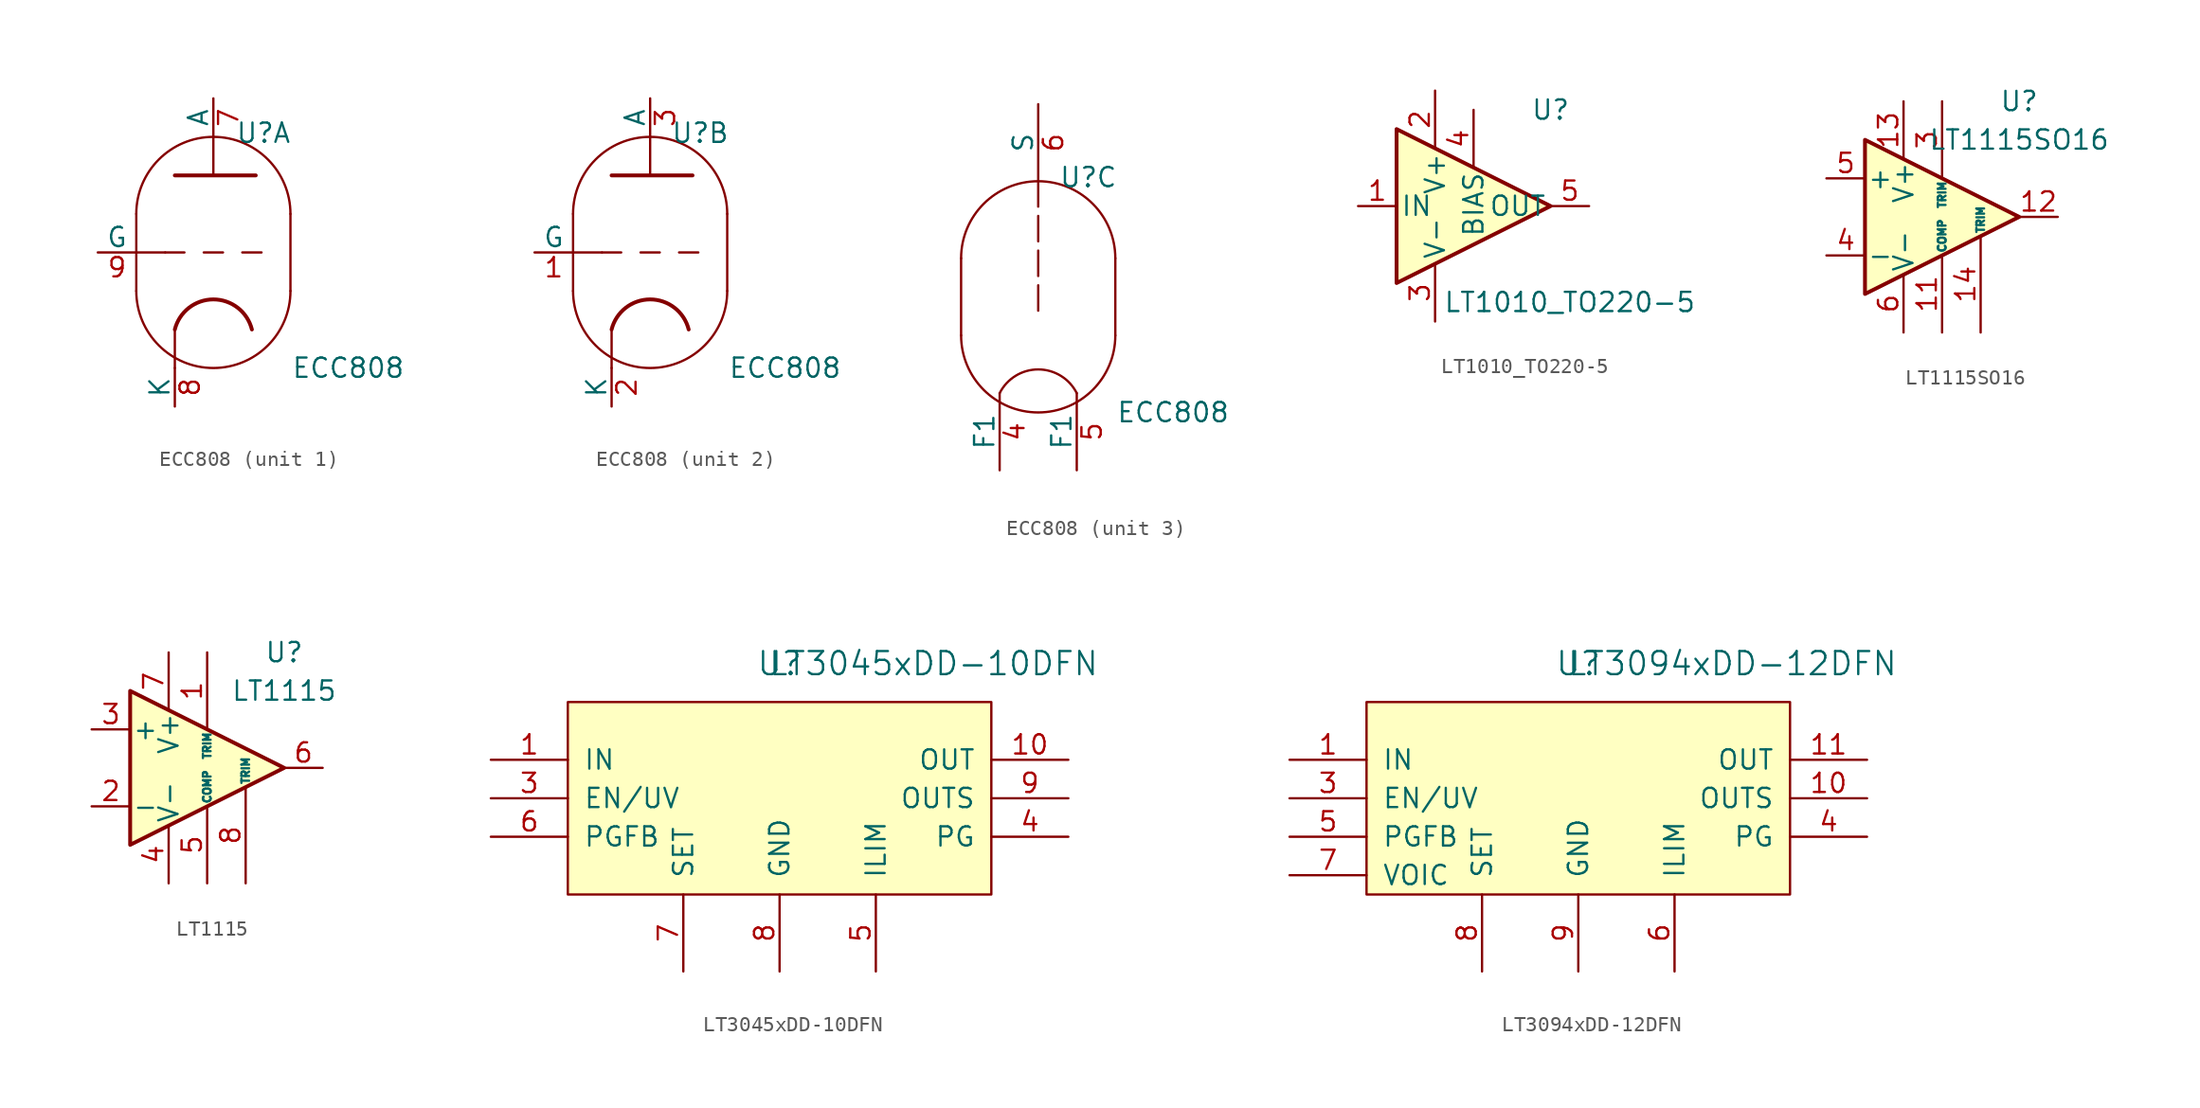
<source format=kicad_sym>
(kicad_symbol_lib
  (version 20231120)
  (generator "kicad_symbol_editor")
  (generator_version "8.0")
  (symbol "ECC808"
    (pin_names
      (offset 0))
    (property "Reference" "U"
      (at 3.302 7.874 0)
      (effects (font (size 1.27 1.27))))
    (property "Value" "ECC808"
      (at 8.89 -7.62 0)
      (effects (font (size 1.27 1.27))))
    (property "ki_locked" ""
      (at 0 0 0)
      (effects (font (size 1.27 1.27))))
    (symbol "ECC808_0_1"
      (arc (start -5.08 -2.54) (mid 0 -7.5979) (end 5.08 -2.54) (stroke (width 0) (type default)) (fill (type none)))
      (polyline (pts (xy 5.08 2.54) (xy 5.08 -2.54)) (stroke (width 0) (type default)) (fill (type none)))
      (polyline (pts (xy -5.08 2.54) (xy -5.08 -2.54) (xy -5.08 -2.54)) (stroke (width 0) (type default)) (fill (type none)))
      (arc (start 5.08 2.54) (mid 0 7.5979) (end -5.08 2.54) (stroke (width 0) (type default)) (fill (type none))))
    (symbol "ECC808_1_0"
      (polyline (pts (xy -2.54 -5.08) (xy -2.54 -7.62)) (stroke (width 0) (type default)) (fill (type none)))
      (polyline (pts (xy 0 5.08) (xy 0 7.62)) (stroke (width 0) (type default)) (fill (type none))))
    (symbol "ECC808_1_1"
      (polyline (pts (xy -5.08 0) (xy -3.175 0)) (stroke (width 0) (type default)) (fill (type none)))
      (polyline (pts (xy -1.905 0) (xy -3.175 0)) (stroke (width 0.152) (type default)) (fill (type none)))
      (polyline (pts (xy -0.635 0) (xy 0.635 0)) (stroke (width 0.152) (type default)) (fill (type none)))
      (polyline (pts (xy 1.905 0) (xy 3.175 0)) (stroke (width 0.152) (type default)) (fill (type none)))
      (polyline (pts (xy -2.54 5.08) (xy 2.794 5.08) (xy 2.794 5.08)) (stroke (width 0.254) (type default)) (fill (type none)))
      (arc (start 2.54 -5.08) (mid 0 -3.0968) (end -2.54 -5.08) (stroke (width 0.254) (type default)) (fill (type none)))
      (pin output line (at 0 10.16 270) (length 2.54) (name "A" (effects (font (size 1.27 1.27)))) (number "7" (effects (font (size 1.27 1.27)))))
      (pin bidirectional line (at -2.54 -10.16 90) (length 2.54) (name "K" (effects (font (size 1.27 1.27)))) (number "8" (effects (font (size 1.27 1.27)))))
      (pin input line (at -7.62 0 0) (length 2.54) (name "G" (effects (font (size 1.27 1.27)))) (number "9" (effects (font (size 1.27 1.27))))))
    (symbol "ECC808_2_0"
      (polyline (pts (xy -2.54 -5.08) (xy -2.54 -7.62)) (stroke (width 0) (type default)) (fill (type none)))
      (polyline (pts (xy 0 5.08) (xy 0 7.62)) (stroke (width 0) (type default)) (fill (type none))))
    (symbol "ECC808_2_1"
      (polyline (pts (xy -5.08 0) (xy -3.175 0)) (stroke (width 0) (type default)) (fill (type none)))
      (polyline (pts (xy -1.905 0) (xy -3.175 0)) (stroke (width 0.152) (type default)) (fill (type none)))
      (polyline (pts (xy -0.635 0) (xy 0.635 0)) (stroke (width 0.152) (type default)) (fill (type none)))
      (polyline (pts (xy 1.905 0) (xy 3.175 0)) (stroke (width 0.152) (type default)) (fill (type none)))
      (polyline (pts (xy -2.54 5.08) (xy 2.794 5.08) (xy 2.794 5.08)) (stroke (width 0.254) (type default)) (fill (type none)))
      (arc (start 2.54 -5.08) (mid 0 -3.0968) (end -2.54 -5.08) (stroke (width 0.254) (type default)) (fill (type none)))
      (pin input line (at -7.62 0 0) (length 2.54) (name "G" (effects (font (size 1.27 1.27)))) (number "1" (effects (font (size 1.27 1.27)))))
      (pin bidirectional line (at -2.54 -10.16 90) (length 2.54) (name "K" (effects (font (size 1.27 1.27)))) (number "2" (effects (font (size 1.27 1.27)))))
      (pin output line (at 0 10.16 270) (length 2.54) (name "A" (effects (font (size 1.27 1.27)))) (number "3" (effects (font (size 1.27 1.27))))))
    (symbol "ECC808_3_1"
      (polyline (pts (xy 0 7.62) (xy 0 -1.27)) (stroke (width 0) (type dash)) (fill (type none)))
      (arc (start 2.54 -6.35) (mid 0 -4.7847) (end -2.54 -6.35) (stroke (width 0) (type default)) (fill (type none)))
      (pin power_in line (at -2.54 -11.43 90) (length 5.08) (name "F1" (effects (font (size 1.27 1.27)))) (number "4" (effects (font (size 1.27 1.27)))))
      (pin power_in line (at 2.54 -11.43 90) (length 5.08) (name "F1" (effects (font (size 1.27 1.27)))) (number "5" (effects (font (size 1.27 1.27)))))
      (pin passive line (at 0 12.7 270) (length 5.08) (name "S" (effects (font (size 1.27 1.27)))) (number "6" (effects (font (size 1.27 1.27)))))))
  (symbol "LT1010_TO220-5"
    (pin_names
      (offset 0.254))
    (property "Reference" "U"
      (at 5.08 6.35 0)
      (effects (font (size 1.27 1.27))))
    (property "Value" "LT1010_TO220-5"
      (at 6.35 -6.35 0)
      (effects (font (size 1.27 1.27))))
    (symbol "LT1010_TO220-5_0_1"
      (polyline (pts (xy 5.08 0) (xy -5.08 5.08) (xy -5.08 -5.08) (xy 5.08 0)) (stroke (width 0.254) (type solid)) (fill (type background))))
    (symbol "LT1010_TO220-5_1_1"
      (pin input line (at -7.62 0 0) (length 2.54) (name "IN" (effects (font (size 1.27 1.27)))) (number "1" (effects (font (size 1.27 1.27)))))
      (pin power_in line (at -2.54 7.62 270) (length 3.81) (name "V+" (effects (font (size 1.27 1.27)))) (number "2" (effects (font (size 1.27 1.27)))))
      (pin power_in line (at -2.54 -7.62 90) (length 3.81) (name "V-" (effects (font (size 1.27 1.27)))) (number "3" (effects (font (size 1.27 1.27)))))
      (pin power_in line (at 0 6.35 270) (length 3.81) (name "BIAS" (effects (font (size 1.27 1.27)))) (number "4" (effects (font (size 1.27 1.27)))))
      (pin output line (at 7.62 0 180) (length 2.54) (name "OUT" (effects (font (size 1.27 1.27)))) (number "5" (effects (font (size 1.27 1.27)))))))
  (symbol "LT1115SO16"
    (pin_names
      (offset 0.127))
    (property "Reference" "U"
      (at 5.08 7.62 0)
      (effects (font (size 1.27 1.27))))
    (property "Value" "LT1115SO16"
      (at 5.08 5.08 0)
      (effects (font (size 1.27 1.27))))
    (symbol "LT1115SO16_0_1"
      (polyline (pts (xy -5.08 5.08) (xy -5.08 -5.08) (xy 5.08 0) (xy -5.08 5.08)) (stroke (width 0.254) (type solid)) (fill (type background))))
    (symbol "LT1115SO16_1_1"
      (pin input line (at 0 -7.62 90) (length 5.08) (name "COMP" (effects (font (size 0.508 0.508)))) (number "11" (effects (font (size 1.27 1.27)))))
      (pin output line (at 7.62 0 180) (length 2.54) (name "~" (effects (font (size 1.27 1.27)))) (number "12" (effects (font (size 1.27 1.27)))))
      (pin power_in line (at -2.54 7.62 270) (length 3.81) (name "V+" (effects (font (size 1.27 1.27)))) (number "13" (effects (font (size 1.27 1.27)))))
      (pin output line (at 2.54 -7.62 90) (length 6.35) (name "TRIM" (effects (font (size 0.508 0.508)))) (number "14" (effects (font (size 1.27 1.27)))))
      (pin input line (at 0 7.62 270) (length 5.08) (name "TRIM" (effects (font (size 0.508 0.508)))) (number "3" (effects (font (size 1.27 1.27)))))
      (pin input line (at -7.62 -2.54 0) (length 2.54) (name "-" (effects (font (size 1.27 1.27)))) (number "4" (effects (font (size 1.27 1.27)))))
      (pin input line (at -7.62 2.54 0) (length 2.54) (name "+" (effects (font (size 1.27 1.27)))) (number "5" (effects (font (size 1.27 1.27)))))
      (pin power_in line (at -2.54 -7.62 90) (length 3.81) (name "V-" (effects (font (size 1.27 1.27)))) (number "6" (effects (font (size 1.27 1.27)))))))
  (symbol "LT1115"
    (pin_names
      (offset 0.127))
    (property "Reference" "U"
      (at 5.08 7.62 0)
      (effects (font (size 1.27 1.27))))
    (property "Value" "LT1115"
      (at 5.08 5.08 0)
      (effects (font (size 1.27 1.27))))
    (symbol "LT1115_0_1"
      (polyline (pts (xy -5.08 5.08) (xy -5.08 -5.08) (xy 5.08 0) (xy -5.08 5.08)) (stroke (width 0.254) (type solid)) (fill (type background))))
    (symbol "LT1115_1_1"
      (pin input line (at 0 7.62 270) (length 5.08) (name "TRIM" (effects (font (size 0.508 0.508)))) (number "1" (effects (font (size 1.27 1.27)))))
      (pin input line (at -7.62 -2.54 0) (length 2.54) (name "-" (effects (font (size 1.27 1.27)))) (number "2" (effects (font (size 1.27 1.27)))))
      (pin input line (at -7.62 2.54 0) (length 2.54) (name "+" (effects (font (size 1.27 1.27)))) (number "3" (effects (font (size 1.27 1.27)))))
      (pin power_in line (at -2.54 -7.62 90) (length 3.81) (name "V-" (effects (font (size 1.27 1.27)))) (number "4" (effects (font (size 1.27 1.27)))))
      (pin input line (at 0 -7.62 90) (length 5.08) (name "COMP" (effects (font (size 0.508 0.508)))) (number "5" (effects (font (size 1.27 1.27)))))
      (pin output line (at 7.62 0 180) (length 2.54) (name "~" (effects (font (size 1.27 1.27)))) (number "6" (effects (font (size 1.27 1.27)))))
      (pin power_in line (at -2.54 7.62 270) (length 3.81) (name "V+" (effects (font (size 1.27 1.27)))) (number "7" (effects (font (size 1.27 1.27)))))
      (pin output line (at 2.54 -7.62 90) (length 6.35) (name "TRIM" (effects (font (size 0.508 0.508)))) (number "8" (effects (font (size 1.27 1.27)))))))
  (symbol "LT3045xDD-10DFN"
    (pin_names
      (offset 1.016))
    (property "Reference" "U"
      (at 0 8.89 0)
      (effects (font (size 1.524 1.524))))
    (property "Value" "LT3045xDD-10DFN"
      (at 10.16 8.89 0)
      (effects (font (size 1.524 1.524))))
    (symbol "LT3045xDD-10DFN_0_1"
      (rectangle (start -13.97 6.35) (end 13.97 -6.35) (stroke (width 0) (type solid)) (fill (type background))))
    (symbol "LT3045xDD-10DFN_1_1"
      (pin power_in line (at -19.05 2.54 0) (length 5.08) (name "IN" (effects (font (size 1.27 1.27)))) (number "1" (effects (font (size 1.27 1.27)))))
      (pin power_out line (at 19.05 2.54 180) (length 5.08) (name "OUT" (effects (font (size 1.27 1.27)))) (number "10" (effects (font (size 1.27 1.27)))))
      (pin passive line (at 0 -11.43 90) (length 5.08) hide (name "GND" (effects (font (size 1.27 1.27)))) (number "11" (effects (font (size 1.27 1.27)))))
      (pin passive line (at -19.05 2.54 0) (length 5.08) hide (name "IN" (effects (font (size 1.27 1.27)))) (number "2" (effects (font (size 1.27 1.27)))))
      (pin input line (at -19.05 0 0) (length 5.08) (name "EN/UV" (effects (font (size 1.27 1.27)))) (number "3" (effects (font (size 1.27 1.27)))))
      (pin open_collector line (at 19.05 -2.54 180) (length 5.08) (name "PG" (effects (font (size 1.27 1.27)))) (number "4" (effects (font (size 1.27 1.27)))))
      (pin input line (at 6.35 -11.43 90) (length 5.08) (name "ILIM" (effects (font (size 1.27 1.27)))) (number "5" (effects (font (size 1.27 1.27)))))
      (pin input line (at -19.05 -2.54 0) (length 5.08) (name "PGFB" (effects (font (size 1.27 1.27)))) (number "6" (effects (font (size 1.27 1.27)))))
      (pin input line (at -6.35 -11.43 90) (length 5.08) (name "SET" (effects (font (size 1.27 1.27)))) (number "7" (effects (font (size 1.27 1.27)))))
      (pin power_in line (at 0 -11.43 90) (length 5.08) (name "GND" (effects (font (size 1.27 1.27)))) (number "8" (effects (font (size 1.27 1.27)))))
      (pin input line (at 19.05 0 180) (length 5.08) (name "OUTS" (effects (font (size 1.27 1.27)))) (number "9" (effects (font (size 1.27 1.27)))))))
  (symbol "LT3094xDD-12DFN"
    (pin_names
      (offset 1.016))
    (property "Reference" "U"
      (at 0 8.89 0)
      (effects (font (size 1.524 1.524))))
    (property "Value" "LT3094xDD-12DFN"
      (at 10.16 8.89 0)
      (effects (font (size 1.524 1.524))))
    (symbol "LT3094xDD-12DFN_0_1"
      (rectangle (start -13.97 6.35) (end 13.97 -6.35) (stroke (width 0) (type solid)) (fill (type background))))
    (symbol "LT3094xDD-12DFN_1_1"
      (pin power_in line (at -19.05 2.54 0) (length 5.08) (name "IN" (effects (font (size 1.27 1.27)))) (number "1" (effects (font (size 1.27 1.27)))))
      (pin input line (at 19.05 0 180) (length 5.08) (name "OUTS" (effects (font (size 1.27 1.27)))) (number "10" (effects (font (size 1.27 1.27)))))
      (pin power_out line (at 19.05 2.54 180) (length 5.08) (name "OUT" (effects (font (size 1.27 1.27)))) (number "11" (effects (font (size 1.27 1.27)))))
      (pin passive line (at 19.05 2.54 180) (length 5.08) hide (name "OUT" (effects (font (size 1.27 1.27)))) (number "12" (effects (font (size 1.27 1.27)))))
      (pin input line (at -19.05 2.54 0) (length 5.08) hide (name "IN" (effects (font (size 1.27 1.27)))) (number "13" (effects (font (size 1.27 1.27)))))
      (pin passive line (at -19.05 2.54 0) (length 5.08) hide (name "IN" (effects (font (size 1.27 1.27)))) (number "2" (effects (font (size 1.27 1.27)))))
      (pin input line (at -19.05 0 0) (length 5.08) (name "EN/UV" (effects (font (size 1.27 1.27)))) (number "3" (effects (font (size 1.27 1.27)))))
      (pin open_collector line (at 19.05 -2.54 180) (length 5.08) (name "PG" (effects (font (size 1.27 1.27)))) (number "4" (effects (font (size 1.27 1.27)))))
      (pin input line (at -19.05 -2.54 0) (length 5.08) (name "PGFB" (effects (font (size 1.27 1.27)))) (number "5" (effects (font (size 1.27 1.27)))))
      (pin input line (at 6.35 -11.43 90) (length 5.08) (name "ILIM" (effects (font (size 1.27 1.27)))) (number "6" (effects (font (size 1.27 1.27)))))
      (pin input line (at -19.05 -5.08 0) (length 5.08) (name "VOIC" (effects (font (size 1.27 1.27)))) (number "7" (effects (font (size 1.27 1.27)))))
      (pin input line (at -6.35 -11.43 90) (length 5.08) (name "SET" (effects (font (size 1.27 1.27)))) (number "8" (effects (font (size 1.27 1.27)))))
      (pin power_in line (at 0 -11.43 90) (length 5.08) (name "GND" (effects (font (size 1.27 1.27)))) (number "9" (effects (font (size 1.27 1.27))))))))
</source>
